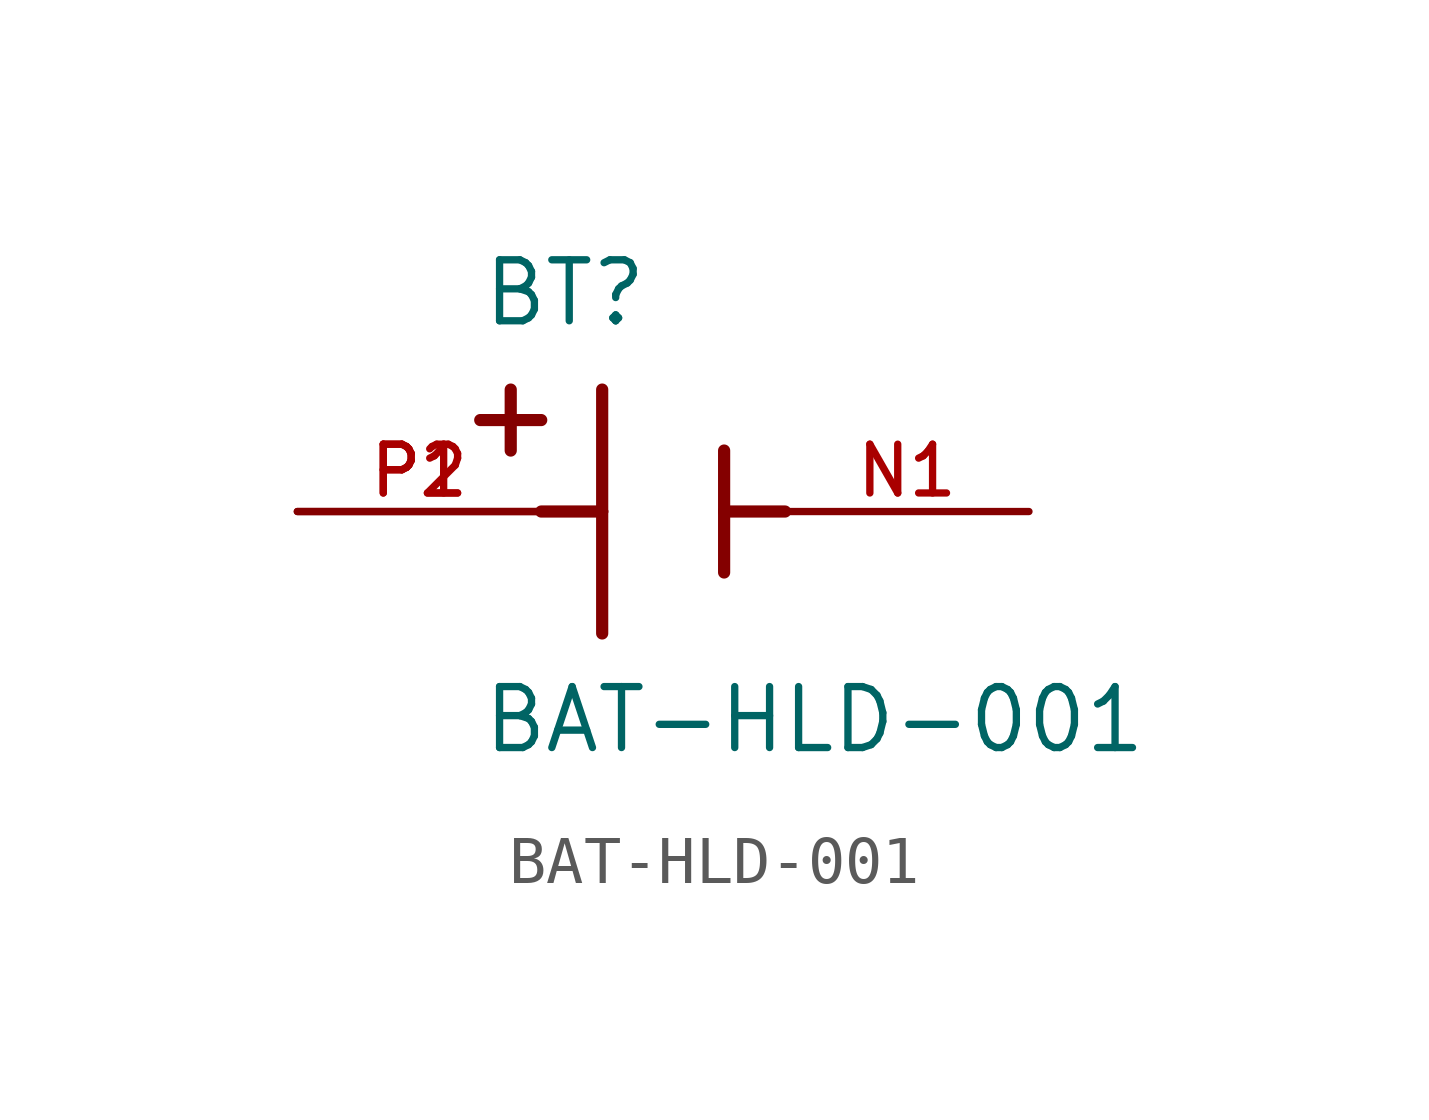
<source format=kicad_sym>
(kicad_symbol_lib
  (version 20211014)
  (generator kicad_symbol_editor)
  (symbol "BAT-HLD-001"
    (pin_names
      (offset 1.016))
    (property "Reference" "BT"
      (at -3.81 3.81 0)
      (effects (font (size 1.27 1.27)) (justify bottom left)))
    (property "Value" "BAT-HLD-001"
      (at -3.81 -5.08 0)
      (effects (font (size 1.27 1.27)) (justify bottom left)))
    (symbol "BAT-HLD-001_0_0"
      (polyline (pts (xy -1.27 2.54) (xy -1.27 0.0)) (stroke (width 0.254)))
      (polyline (pts (xy -1.27 0.0) (xy -1.27 -2.54)) (stroke (width 0.254)))
      (polyline (pts (xy 1.27 1.27) (xy 1.27 0.0)) (stroke (width 0.254)))
      (polyline (pts (xy 1.27 0.0) (xy 1.27 -1.27)) (stroke (width 0.254)))
      (polyline (pts (xy -1.27 0.0) (xy -2.54 0.0)) (stroke (width 0.254)))
      (polyline (pts (xy 1.27 0.0) (xy 2.54 0.0)) (stroke (width 0.254)))
      (polyline (pts (xy -3.175 2.54) (xy -3.175 1.27)) (stroke (width 0.254)))
      (polyline (pts (xy -3.81 1.905) (xy -2.54 1.905)) (stroke (width 0.254)))
      (pin passive line (at -7.62 0.0 0) (length 5.08) (name "~" (effects (font (size 1.016 1.016)))) (number "P1" (effects (font (size 1.016 1.016)))))
      (pin passive line (at -7.62 0.0 0) (length 5.08) (name "~" (effects (font (size 1.016 1.016)))) (number "P2" (effects (font (size 1.016 1.016)))))
      (pin passive line (at 7.62 0.0 180.0) (length 5.08) (name "~" (effects (font (size 1.016 1.016)))) (number "N1" (effects (font (size 1.016 1.016))))))))
</source>
